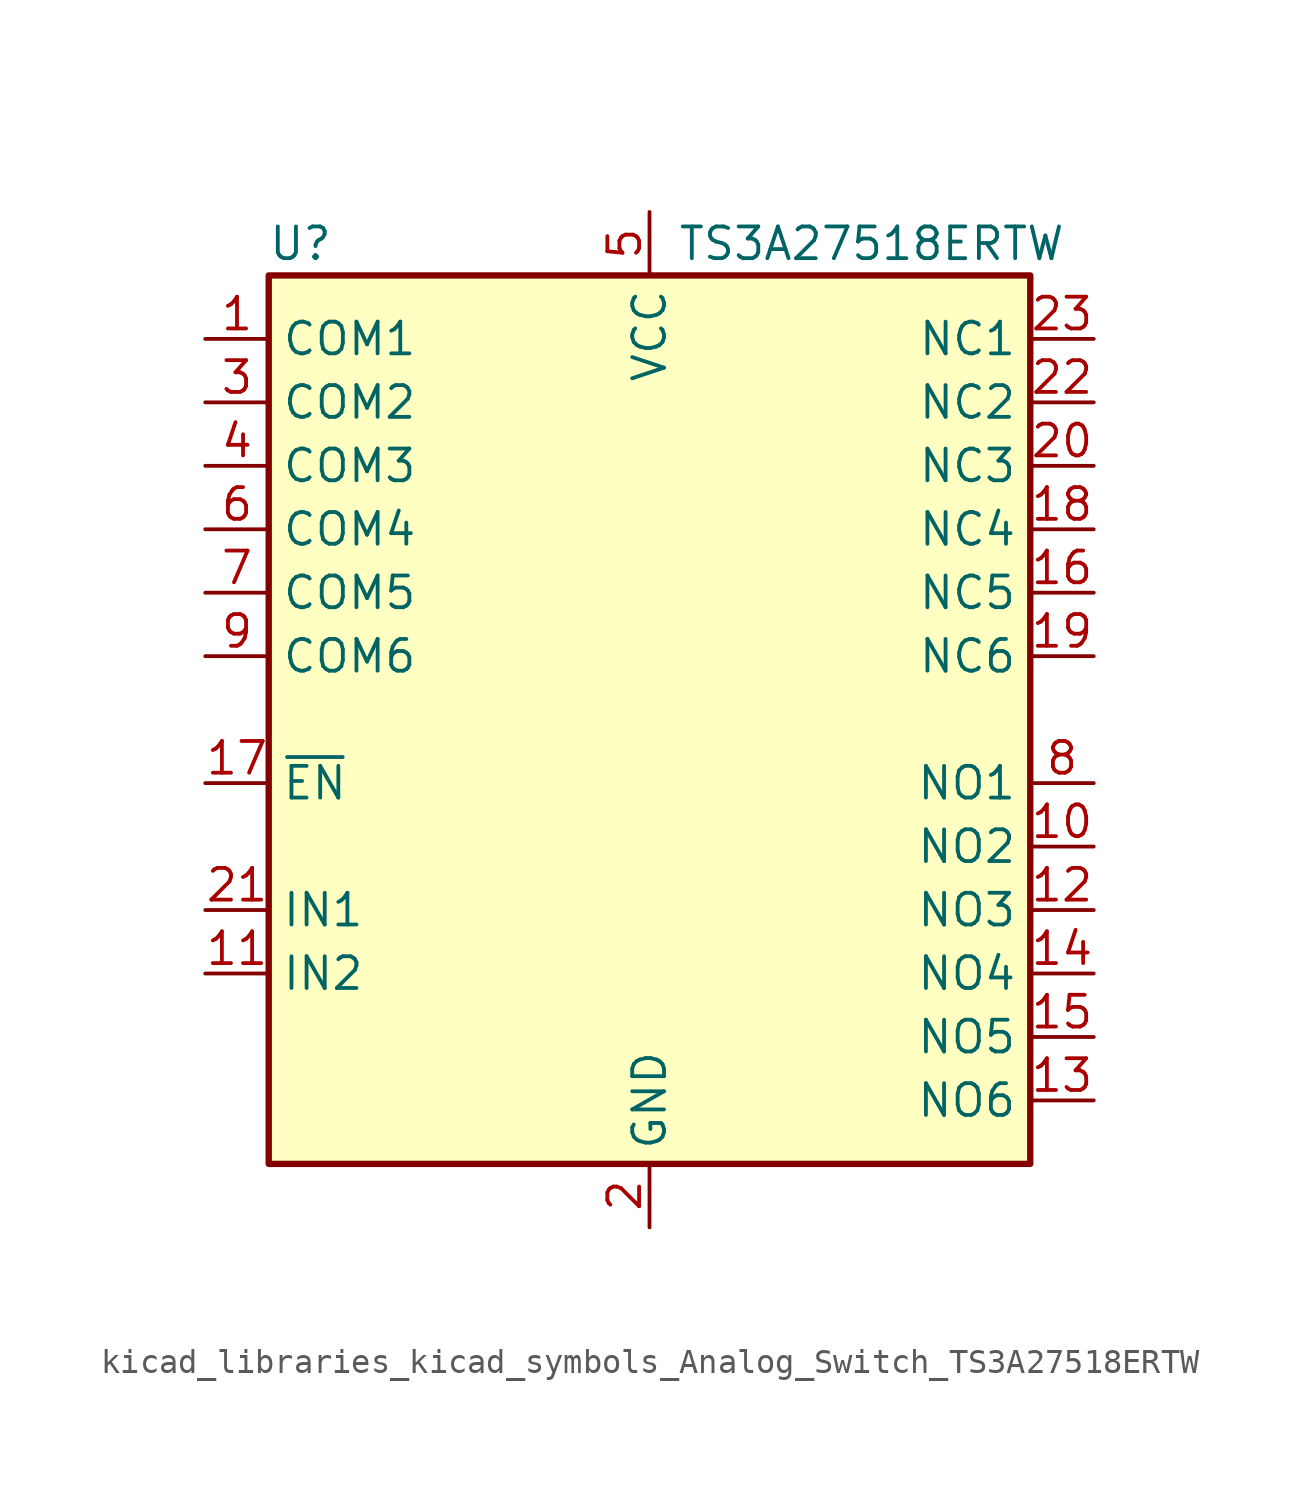
<source format=kicad_sym>
(kicad_symbol_lib
  (version 20220914)
  (generator kicad_symbol_editor)
  (symbol "kicad_libraries_kicad_symbols_Analog_Switch_TS3A27518ERTW"
    (property "Reference" "U"
      (at -13.97 19.05 0)
      (effects (font (size 1.27 1.27))))
    (property "Value" "TS3A27518ERTW"
      (at 8.89 19.05 0)
      (effects (font (size 1.27 1.27))))
    (symbol "kicad_libraries_kicad_symbols_Analog_Switch_TS3A27518ERTW_0_1"
      (rectangle (start 15.24 -17.78) (end -15.24 17.78) (stroke (width 0.254) (type default)) (fill (type background))))
    (symbol "kicad_libraries_kicad_symbols_Analog_Switch_TS3A27518ERTW_1_1"
      (pin bidirectional line (at -17.78 15.24 0) (length 2.54) (name "COM1" (effects (font (size 1.27 1.27)))) (number "1" (effects (font (size 1.27 1.27)))))
      (pin bidirectional line (at 17.78 -5.08 180) (length 2.54) (name "NO2" (effects (font (size 1.27 1.27)))) (number "10" (effects (font (size 1.27 1.27)))))
      (pin input line (at -17.78 -10.16 0) (length 2.54) (name "IN2" (effects (font (size 1.27 1.27)))) (number "11" (effects (font (size 1.27 1.27)))))
      (pin bidirectional line (at 17.78 -7.62 180) (length 2.54) (name "NO3" (effects (font (size 1.27 1.27)))) (number "12" (effects (font (size 1.27 1.27)))))
      (pin bidirectional line (at 17.78 -15.24 180) (length 2.54) (name "NO6" (effects (font (size 1.27 1.27)))) (number "13" (effects (font (size 1.27 1.27)))))
      (pin bidirectional line (at 17.78 -10.16 180) (length 2.54) (name "NO4" (effects (font (size 1.27 1.27)))) (number "14" (effects (font (size 1.27 1.27)))))
      (pin bidirectional line (at 17.78 -12.7 180) (length 2.54) (name "NO5" (effects (font (size 1.27 1.27)))) (number "15" (effects (font (size 1.27 1.27)))))
      (pin bidirectional line (at 17.78 5.08 180) (length 2.54) (name "NC5" (effects (font (size 1.27 1.27)))) (number "16" (effects (font (size 1.27 1.27)))))
      (pin input line (at -17.78 -2.54 0) (length 2.54) (name "~{EN}" (effects (font (size 1.27 1.27)))) (number "17" (effects (font (size 1.27 1.27)))))
      (pin bidirectional line (at 17.78 7.62 180) (length 2.54) (name "NC4" (effects (font (size 1.27 1.27)))) (number "18" (effects (font (size 1.27 1.27)))))
      (pin bidirectional line (at 17.78 2.54 180) (length 2.54) (name "NC6" (effects (font (size 1.27 1.27)))) (number "19" (effects (font (size 1.27 1.27)))))
      (pin power_in line (at 0 -20.32 90) (length 2.54) (name "GND" (effects (font (size 1.27 1.27)))) (number "2" (effects (font (size 1.27 1.27)))))
      (pin bidirectional line (at 17.78 10.16 180) (length 2.54) (name "NC3" (effects (font (size 1.27 1.27)))) (number "20" (effects (font (size 1.27 1.27)))))
      (pin input line (at -17.78 -7.62 0) (length 2.54) (name "IN1" (effects (font (size 1.27 1.27)))) (number "21" (effects (font (size 1.27 1.27)))))
      (pin bidirectional line (at 17.78 12.7 180) (length 2.54) (name "NC2" (effects (font (size 1.27 1.27)))) (number "22" (effects (font (size 1.27 1.27)))))
      (pin bidirectional line (at 17.78 15.24 180) (length 2.54) (name "NC1" (effects (font (size 1.27 1.27)))) (number "23" (effects (font (size 1.27 1.27)))))
      (pin no_connect line (at -15.24 -15.24 0) (length 2.54) hide (name "N.C." (effects (font (size 1.27 1.27)))) (number "24" (effects (font (size 1.27 1.27)))))
      (pin passive line (at 0 -20.32 90) (length 2.54) hide (name "GND" (effects (font (size 1.27 1.27)))) (number "25" (effects (font (size 1.27 1.27)))))
      (pin bidirectional line (at -17.78 12.7 0) (length 2.54) (name "COM2" (effects (font (size 1.27 1.27)))) (number "3" (effects (font (size 1.27 1.27)))))
      (pin bidirectional line (at -17.78 10.16 0) (length 2.54) (name "COM3" (effects (font (size 1.27 1.27)))) (number "4" (effects (font (size 1.27 1.27)))))
      (pin power_in line (at 0 20.32 270) (length 2.54) (name "VCC" (effects (font (size 1.27 1.27)))) (number "5" (effects (font (size 1.27 1.27)))))
      (pin bidirectional line (at -17.78 7.62 0) (length 2.54) (name "COM4" (effects (font (size 1.27 1.27)))) (number "6" (effects (font (size 1.27 1.27)))))
      (pin bidirectional line (at -17.78 5.08 0) (length 2.54) (name "COM5" (effects (font (size 1.27 1.27)))) (number "7" (effects (font (size 1.27 1.27)))))
      (pin bidirectional line (at 17.78 -2.54 180) (length 2.54) (name "NO1" (effects (font (size 1.27 1.27)))) (number "8" (effects (font (size 1.27 1.27)))))
      (pin bidirectional line (at -17.78 2.54 0) (length 2.54) (name "COM6" (effects (font (size 1.27 1.27)))) (number "9" (effects (font (size 1.27 1.27))))))))
</source>
